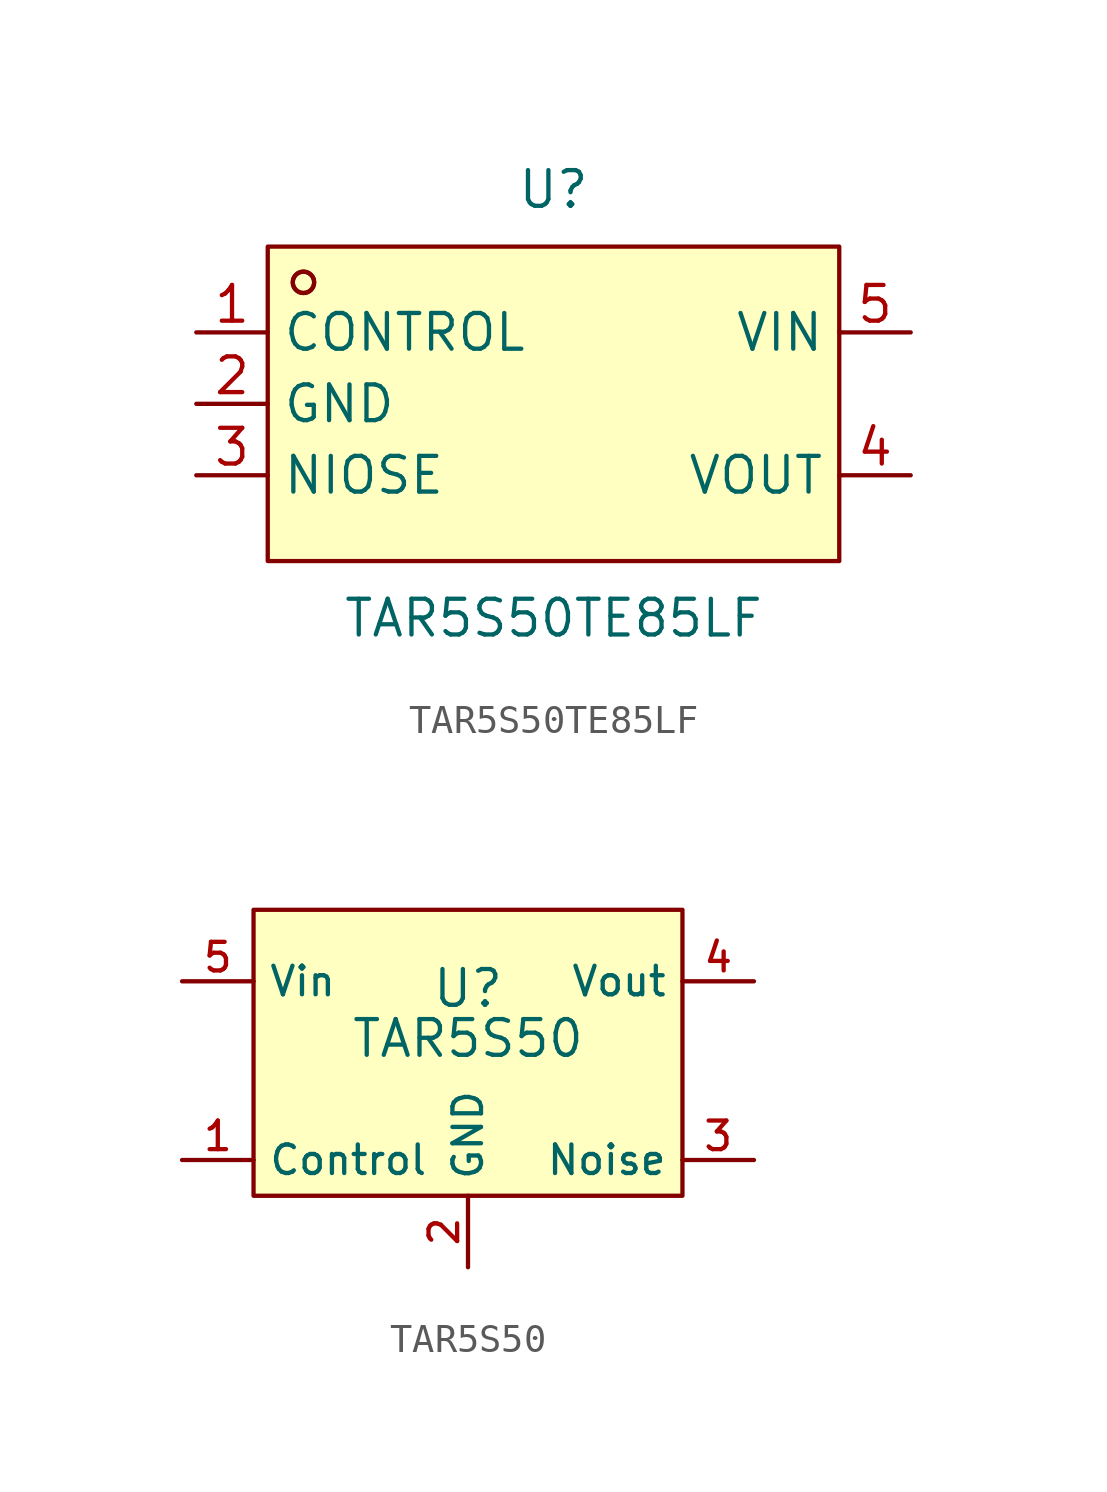
<source format=kicad_sym>
(kicad_symbol_lib
  (version 20231120)
  (generator "kicad_symbol_editor")
  (generator_version "8.0")
  (symbol "TAR5S50TE85LF"
    (property "Reference" "U"
      (at 0 7.62 0)
      (effects (font (size 1.27 1.27))))
    (property "Value" "TAR5S50TE85LF"
      (at 0 -7.62 0)
      (effects (font (size 1.27 1.27))))
    (symbol "TAR5S50TE85LF_0_1"
      (rectangle (start -10.16 5.59) (end 10.16 -5.59) (stroke (width 0) (type default)) (fill (type background)))
      (circle (center -8.89 4.32) (radius 0.38) (stroke (width 0) (type default)) (fill (type none)))
      (circle (center -8.89 4.32) (radius 0.38) (stroke (width 0) (type default)) (fill (type none)))
      (pin unspecified line (at -12.7 2.54 0) (length 2.54) (name "CONTROL" (effects (font (size 1.27 1.27)))) (number "1" (effects (font (size 1.27 1.27)))))
      (pin unspecified line (at -12.7 0 0) (length 2.54) (name "GND" (effects (font (size 1.27 1.27)))) (number "2" (effects (font (size 1.27 1.27)))))
      (pin unspecified line (at -12.7 -2.54 0) (length 2.54) (name "NIOSE" (effects (font (size 1.27 1.27)))) (number "3" (effects (font (size 1.27 1.27)))))
      (pin unspecified line (at 12.7 -2.54 180) (length 2.54) (name "VOUT" (effects (font (size 1.27 1.27)))) (number "4" (effects (font (size 1.27 1.27)))))
      (pin unspecified line (at 12.7 2.54 180) (length 2.54) (name "VIN" (effects (font (size 1.27 1.27)))) (number "5" (effects (font (size 1.27 1.27)))))))
  (symbol "TAR5S50"
    (property "Reference" "U"
      (at 0 3.556 0)
      (effects (font (size 1.27 1.27))))
    (property "Value" "TAR5S50"
      (at 0 1.778 0)
      (effects (font (size 1.27 1.27))))
    (symbol "TAR5S50_0_0"
      (pin passive line (at -10.16 -2.54 0) (length 2.54) (name "Control" (effects (font (size 1.016 1.016)))) (number "1" (effects (font (size 1.016 1.016)))))
      (pin passive line (at 10.16 -2.54 180) (length 2.54) (name "Noise" (effects (font (size 1.016 1.016)))) (number "3" (effects (font (size 1.016 1.016)))))
      (pin power_out line (at 10.16 3.81 180) (length 2.54) (name "Vout" (effects (font (size 1.016 1.016)))) (number "4" (effects (font (size 1.016 1.016)))))
      (pin power_in line (at -10.16 3.81 0) (length 2.54) (name "Vin" (effects (font (size 1.016 1.016)))) (number "5" (effects (font (size 1.016 1.016))))))
    (symbol "TAR5S50_1_0"
      (pin passive line (at 0 -6.35 90) (length 2.54) (name "GND" (effects (font (size 1.016 1.016)))) (number "2" (effects (font (size 1.016 1.016))))))
    (symbol "TAR5S50_1_1"
      (rectangle (start -7.62 6.35) (end 7.62 -3.81) (stroke (width 0) (type default)) (fill (type background))))))
</source>
